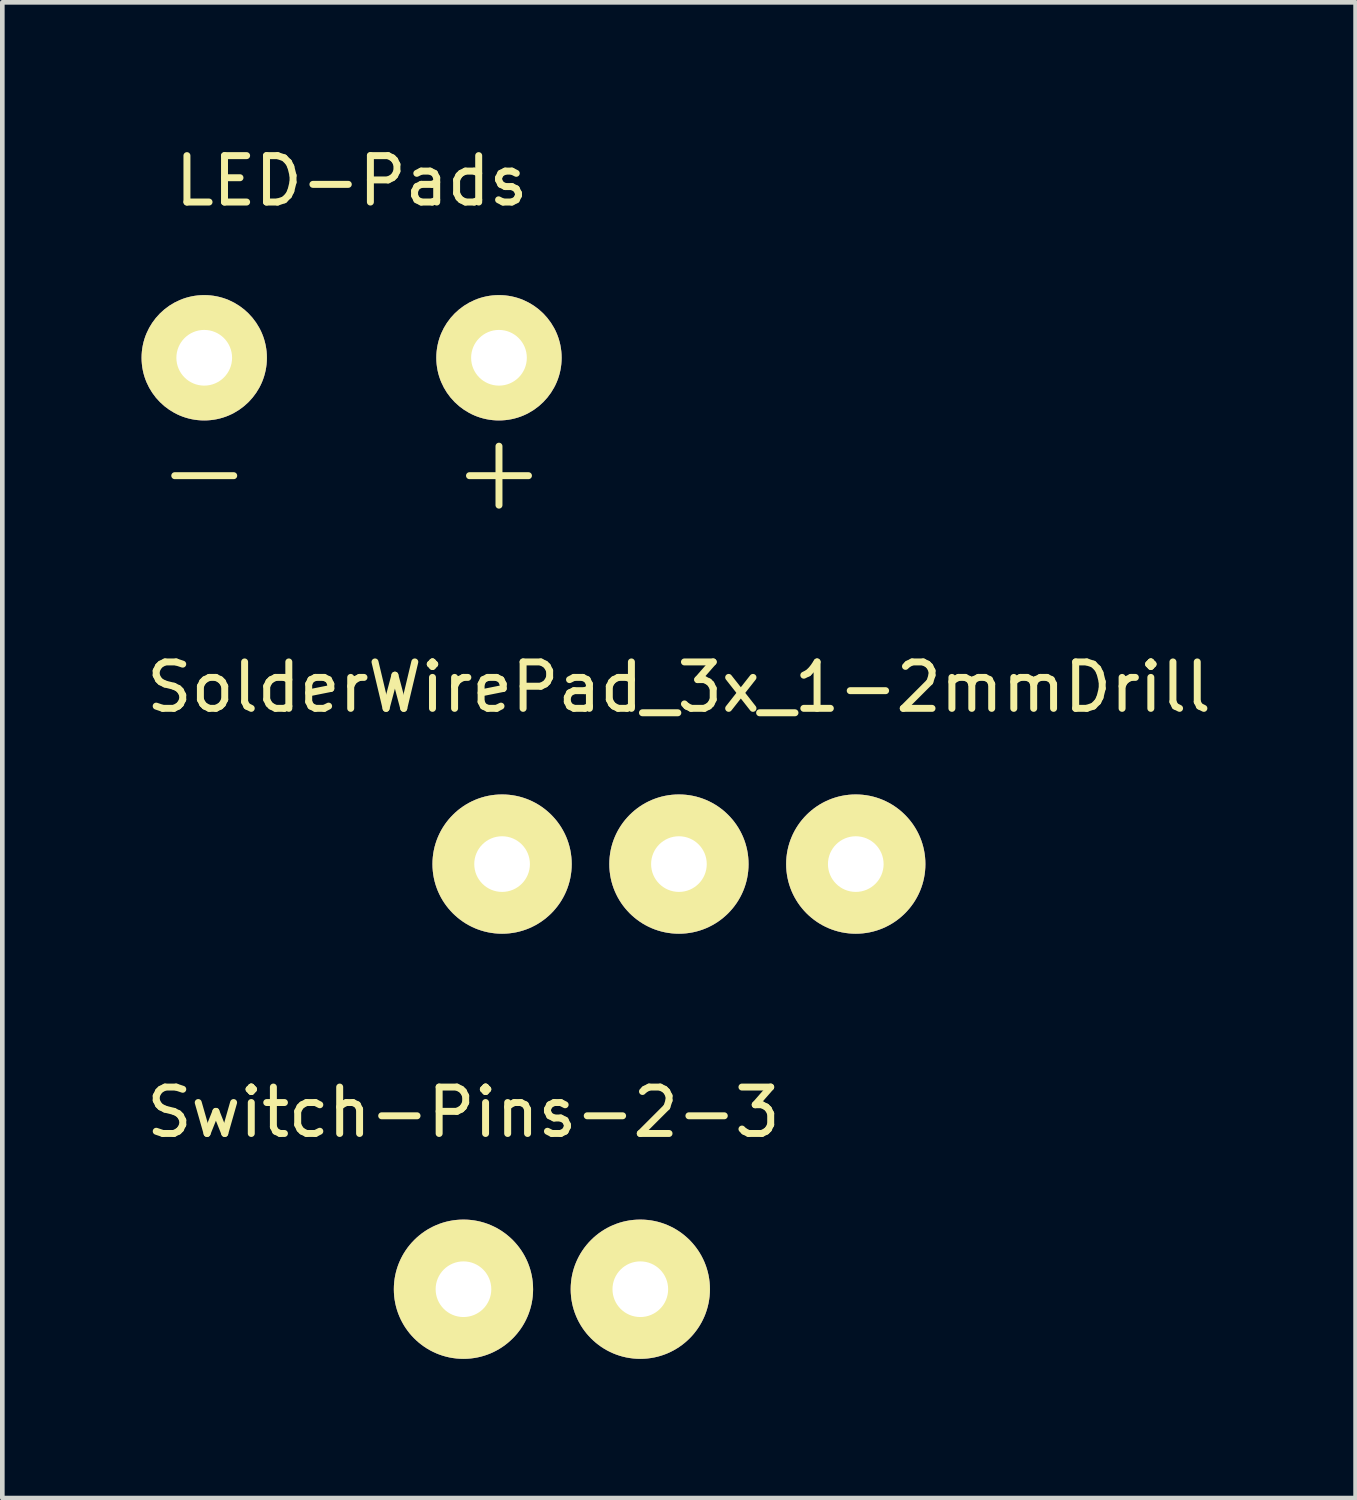
<source format=kicad_pcb>
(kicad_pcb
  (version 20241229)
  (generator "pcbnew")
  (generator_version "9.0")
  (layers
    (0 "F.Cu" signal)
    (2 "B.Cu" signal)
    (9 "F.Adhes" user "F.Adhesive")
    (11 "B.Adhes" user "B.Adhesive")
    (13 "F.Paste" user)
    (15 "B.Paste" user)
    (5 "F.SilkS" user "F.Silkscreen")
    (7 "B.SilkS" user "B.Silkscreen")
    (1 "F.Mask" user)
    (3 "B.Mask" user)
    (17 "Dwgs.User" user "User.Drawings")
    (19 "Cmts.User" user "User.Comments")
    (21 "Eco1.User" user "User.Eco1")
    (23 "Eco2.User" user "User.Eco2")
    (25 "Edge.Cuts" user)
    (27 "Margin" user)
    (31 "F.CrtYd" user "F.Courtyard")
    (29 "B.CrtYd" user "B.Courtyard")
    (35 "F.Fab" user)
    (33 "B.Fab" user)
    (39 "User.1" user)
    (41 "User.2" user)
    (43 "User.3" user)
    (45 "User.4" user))
  (footprint "Switch-Pins-2-3"
    (layer "F.Cu")
    (at 6.935 24.725)
    (property "Reference" "Switch-Pins-2-3" (at 0 -3.81 0) (layer "F.SilkS") (effects (font (size 1 1) (thickness 0.15))))
    (attr through_hole)
    (pad "2" thru_hole circle (at 0 0) (size 3 3) (drill 1.199) (layers "*.Cu" "*.Mask" "F.SilkS"))
    (pad "3" thru_hole circle (at 3.81 0) (size 3 3) (drill 1.199) (layers "*.Cu" "*.Mask" "F.SilkS")))
  (footprint "LED-Pads"
    (layer "F.Cu")
    (at 4.525 4.658)
    (property "Reference" "LED-Pads" (at 0 -3.81 0) (layer "F.SilkS") (effects (font (size 1 1) (thickness 0.15))))
    (attr through_hole)
    (fp_line (start -3.81 2.54) (end -2.54 2.54) (stroke (width 0.15) (type solid)) (layer "F.SilkS"))
    (fp_line (start 2.54 2.54) (end 3.81 2.54) (stroke (width 0.15) (type solid)) (layer "F.SilkS"))
    (fp_line (start 3.175 1.905) (end 3.175 3.175) (stroke (width 0.15) (type solid)) (layer "F.SilkS"))
    (pad "1" thru_hole circle (at -3.175 0) (size 2.7 2.7) (drill 1.2) (layers "*.Cu" "*.Mask" "F.SilkS"))
    (pad "2" thru_hole circle (at 3.175 0) (size 2.7 2.7) (drill 1.2) (layers "*.Cu" "*.Mask" "F.SilkS")))
  (footprint "SolderWirePad_3x_1-2mmDrill"
    (layer "F.Cu")
    (at 11.577 15.566)
    (property "Reference" "SolderWirePad_3x_1-2mmDrill" (at 0 -3.81 0) (layer "F.SilkS") (effects (font (size 1 1) (thickness 0.15))))
    (attr through_hole)
    (pad "1" thru_hole circle (at -3.81 0) (size 3 3) (drill 1.199) (layers "*.Cu" "*.Mask" "F.SilkS"))
    (pad "2" thru_hole circle (at 0 0) (size 3 3) (drill 1.199) (layers "*.Cu" "*.Mask" "F.SilkS"))
    (pad "3" thru_hole circle (at 3.81 0) (size 3 3) (drill 1.199) (layers "*.Cu" "*.Mask" "F.SilkS")))
  (gr_rect
    (start -3 -3)
    (end 26.155 29.224)
    (stroke (width 0.1) (type default))
    (fill no)
    (layer "Edge.Cuts")))
</source>
